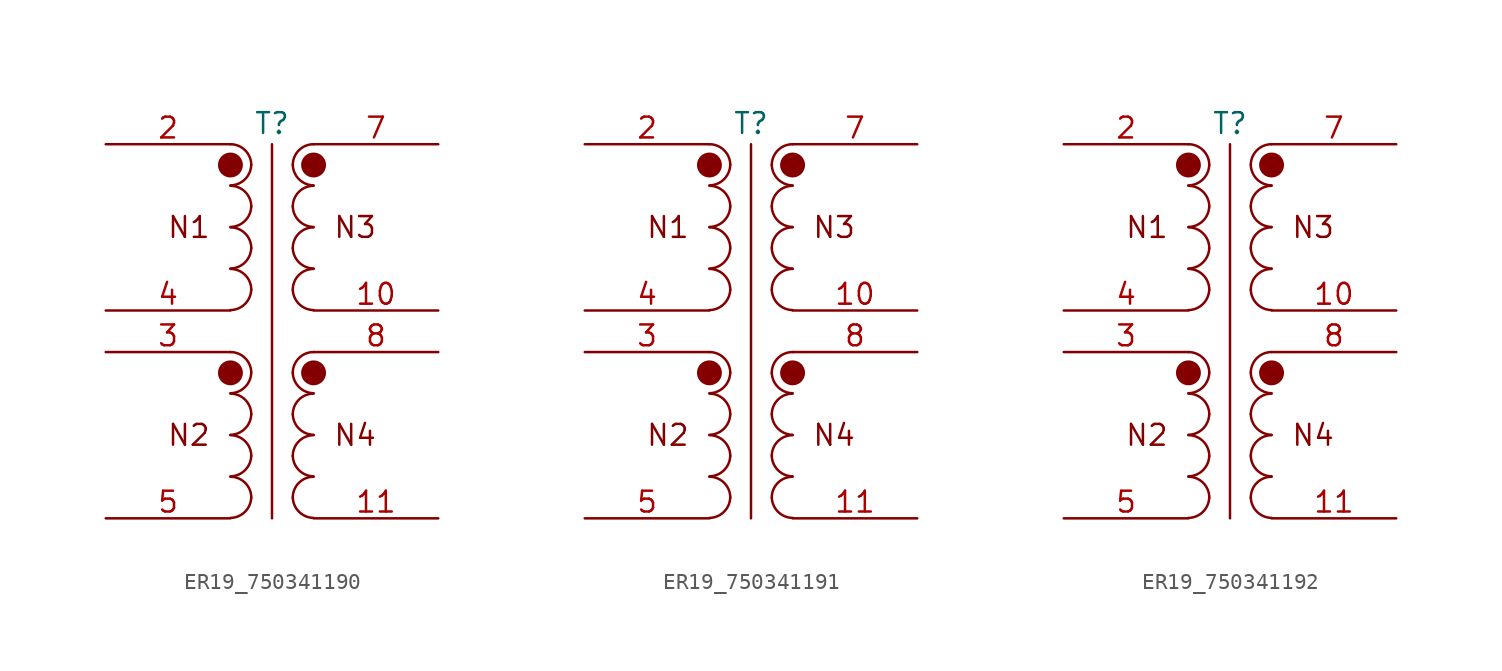
<source format=kicad_sym>
(kicad_symbol_lib
  (version 20220914)
  (generator kicad_symbol_editor)
  (symbol "ER19_750341190"
    (pin_names hide)
    (property "Reference" "T"
      (at 0 12.7 0)
      (effects (font (size 1.27 1.27))))
    (property "Critical Parameter" ""
      (at 0 -5.08 0)
      (effects (font (size 1.27 1.27))))
    (symbol "ER19_750341190_0_1"
      (arc (start -2.54 -11.4046) (mid -1.6561 -11.0363) (end -1.27 -10.16) (stroke (width 0) (type default)) (fill (type none)))
      (arc (start -2.54 -8.8646) (mid -1.6561 -8.4963) (end -1.27 -7.62) (stroke (width 0) (type default)) (fill (type none)))
      (arc (start -2.54 -6.3246) (mid -1.6561 -5.9563) (end -1.27 -5.08) (stroke (width 0) (type default)) (fill (type none)))
      (arc (start -2.54 -3.7846) (mid -1.6561 -3.4163) (end -1.27 -2.54) (stroke (width 0) (type default)) (fill (type none)))
      (arc (start -2.54 1.2954) (mid -1.6561 1.6637) (end -1.27 2.54) (stroke (width 0) (type default)) (fill (type none)))
      (arc (start -2.54 3.8354) (mid -1.6561 4.2037) (end -1.27 5.08) (stroke (width 0) (type default)) (fill (type none)))
      (arc (start -2.54 6.3754) (mid -1.6561 6.7437) (end -1.27 7.62) (stroke (width 0) (type default)) (fill (type none)))
      (arc (start -2.54 8.9154) (mid -1.6561 9.2837) (end -1.27 10.16) (stroke (width 0) (type default)) (fill (type none)))
      (arc (start -1.27 -10.16) (mid -1.642 -9.262) (end -2.54 -8.89) (stroke (width 0) (type default)) (fill (type none)))
      (arc (start -1.27 -7.62) (mid -1.642 -6.722) (end -2.54 -6.35) (stroke (width 0) (type default)) (fill (type none)))
      (arc (start -1.27 -5.08) (mid -1.642 -4.182) (end -2.54 -3.81) (stroke (width 0) (type default)) (fill (type none)))
      (arc (start -1.27 -2.54) (mid -1.642 -1.642) (end -2.54 -1.27) (stroke (width 0) (type default)) (fill (type none)))
      (arc (start -1.27 2.54) (mid -1.642 3.438) (end -2.54 3.81) (stroke (width 0) (type default)) (fill (type none)))
      (arc (start -1.27 5.08) (mid -1.642 5.978) (end -2.54 6.35) (stroke (width 0) (type default)) (fill (type none)))
      (arc (start -1.27 7.62) (mid -1.642 8.518) (end -2.54 8.89) (stroke (width 0) (type default)) (fill (type none)))
      (arc (start -1.27 10.16) (mid -1.642 11.058) (end -2.54 11.43) (stroke (width 0) (type default)) (fill (type none)))
      (polyline (pts (xy 0 -11.43) (xy 0 11.43)) (stroke (width 0) (type default)) (fill (type none)))
      (arc (start 1.27 -10.16) (mid 1.6561 -11.0363) (end 2.54 -11.4046) (stroke (width 0) (type default)) (fill (type none)))
      (arc (start 1.27 -7.62) (mid 1.6561 -8.4963) (end 2.54 -8.8646) (stroke (width 0) (type default)) (fill (type none)))
      (arc (start 1.27 -5.08) (mid 1.6561 -5.9563) (end 2.54 -6.3246) (stroke (width 0) (type default)) (fill (type none)))
      (arc (start 1.27 -2.54) (mid 1.6561 -3.4163) (end 2.54 -3.7846) (stroke (width 0) (type default)) (fill (type none)))
      (arc (start 1.27 2.54) (mid 1.6561 1.6637) (end 2.54 1.2954) (stroke (width 0) (type default)) (fill (type none)))
      (arc (start 1.27 5.08) (mid 1.6561 4.2037) (end 2.54 3.8354) (stroke (width 0) (type default)) (fill (type none)))
      (arc (start 1.27 7.62) (mid 1.6561 6.7437) (end 2.54 6.3754) (stroke (width 0) (type default)) (fill (type none)))
      (arc (start 1.27 10.16) (mid 1.6561 9.2837) (end 2.54 8.9154) (stroke (width 0) (type default)) (fill (type none)))
      (arc (start 2.54 -8.89) (mid 1.642 -9.262) (end 1.27 -10.16) (stroke (width 0) (type default)) (fill (type none)))
      (arc (start 2.54 -6.35) (mid 1.642 -6.722) (end 1.27 -7.62) (stroke (width 0) (type default)) (fill (type none)))
      (arc (start 2.54 -3.81) (mid 1.642 -4.182) (end 1.27 -5.08) (stroke (width 0) (type default)) (fill (type none)))
      (arc (start 2.54 -1.27) (mid 1.642 -1.642) (end 1.27 -2.54) (stroke (width 0) (type default)) (fill (type none)))
      (arc (start 2.54 3.81) (mid 1.642 3.438) (end 1.27 2.54) (stroke (width 0) (type default)) (fill (type none)))
      (arc (start 2.54 6.35) (mid 1.642 5.978) (end 1.27 5.08) (stroke (width 0) (type default)) (fill (type none)))
      (arc (start 2.54 8.89) (mid 1.642 8.518) (end 1.27 7.62) (stroke (width 0) (type default)) (fill (type none)))
      (arc (start 2.54 11.43) (mid 1.642 11.058) (end 1.27 10.16) (stroke (width 0) (type default)) (fill (type none))))
    (symbol "ER19_750341190_1_1"
      (circle (center -2.54 -2.54) (radius 0.0001) (stroke (width 0.762) (type default)) (fill (type none)))
      (circle (center -2.54 10.16) (radius 0.0001) (stroke (width 0.762) (type default)) (fill (type none)))
      (circle (center 2.54 -2.54) (radius 0.0001) (stroke (width 0.762) (type default)) (fill (type none)))
      (circle (center 2.54 10.16) (radius 0.0001) (stroke (width 0.762) (type default)) (fill (type none)))
      (text "N1" (at -5.08 6.35 0) (effects (font (size 1.27 1.27))))
      (text "N2" (at -5.08 -6.35 0) (effects (font (size 1.27 1.27))))
      (text "N3" (at 5.08 6.35 0) (effects (font (size 1.27 1.27))))
      (text "N4" (at 5.08 -6.35 0) (effects (font (size 1.27 1.27))))
      (pin passive line (at 10.16 1.27 180) (length 7.62) (name "10" (effects (font (size 1.27 1.27)))) (number "10" (effects (font (size 1.27 1.27)))))
      (pin passive line (at 10.16 -11.43 180) (length 7.62) (name "11" (effects (font (size 1.27 1.27)))) (number "11" (effects (font (size 1.27 1.27)))))
      (pin passive line (at -10.16 11.43 0) (length 7.62) (name "2" (effects (font (size 1.27 1.27)))) (number "2" (effects (font (size 1.27 1.27)))))
      (pin passive line (at -10.16 -1.27 0) (length 7.62) (name "3" (effects (font (size 1.27 1.27)))) (number "3" (effects (font (size 1.27 1.27)))))
      (pin passive line (at -10.16 1.27 0) (length 7.62) (name "4" (effects (font (size 1.27 1.27)))) (number "4" (effects (font (size 1.27 1.27)))))
      (pin passive line (at -10.16 -11.43 0) (length 7.62) (name "5" (effects (font (size 1.27 1.27)))) (number "5" (effects (font (size 1.27 1.27)))))
      (pin passive line (at 10.16 11.43 180) (length 7.62) (name "7" (effects (font (size 1.27 1.27)))) (number "7" (effects (font (size 1.27 1.27)))))
      (pin passive line (at 10.16 -1.27 180) (length 7.62) (name "8" (effects (font (size 1.27 1.27)))) (number "8" (effects (font (size 1.27 1.27)))))))
  (symbol "ER19_750341191"
    (pin_names hide)
    (property "Reference" "T"
      (at 0 12.7 0)
      (effects (font (size 1.27 1.27))))
    (property "Critical Parameter" ""
      (at 0 -5.08 0)
      (effects (font (size 1.27 1.27))))
    (symbol "ER19_750341191_0_1"
      (arc (start -2.54 -11.4046) (mid -1.6561 -11.0363) (end -1.27 -10.16) (stroke (width 0) (type default)) (fill (type none)))
      (arc (start -2.54 -8.8646) (mid -1.6561 -8.4963) (end -1.27 -7.62) (stroke (width 0) (type default)) (fill (type none)))
      (arc (start -2.54 -6.3246) (mid -1.6561 -5.9563) (end -1.27 -5.08) (stroke (width 0) (type default)) (fill (type none)))
      (arc (start -2.54 -3.7846) (mid -1.6561 -3.4163) (end -1.27 -2.54) (stroke (width 0) (type default)) (fill (type none)))
      (arc (start -2.54 1.2954) (mid -1.6561 1.6637) (end -1.27 2.54) (stroke (width 0) (type default)) (fill (type none)))
      (arc (start -2.54 3.8354) (mid -1.6561 4.2037) (end -1.27 5.08) (stroke (width 0) (type default)) (fill (type none)))
      (arc (start -2.54 6.3754) (mid -1.6561 6.7437) (end -1.27 7.62) (stroke (width 0) (type default)) (fill (type none)))
      (arc (start -2.54 8.9154) (mid -1.6561 9.2837) (end -1.27 10.16) (stroke (width 0) (type default)) (fill (type none)))
      (arc (start -1.27 -10.16) (mid -1.642 -9.262) (end -2.54 -8.89) (stroke (width 0) (type default)) (fill (type none)))
      (arc (start -1.27 -7.62) (mid -1.642 -6.722) (end -2.54 -6.35) (stroke (width 0) (type default)) (fill (type none)))
      (arc (start -1.27 -5.08) (mid -1.642 -4.182) (end -2.54 -3.81) (stroke (width 0) (type default)) (fill (type none)))
      (arc (start -1.27 -2.54) (mid -1.642 -1.642) (end -2.54 -1.27) (stroke (width 0) (type default)) (fill (type none)))
      (arc (start -1.27 2.54) (mid -1.642 3.438) (end -2.54 3.81) (stroke (width 0) (type default)) (fill (type none)))
      (arc (start -1.27 5.08) (mid -1.642 5.978) (end -2.54 6.35) (stroke (width 0) (type default)) (fill (type none)))
      (arc (start -1.27 7.62) (mid -1.642 8.518) (end -2.54 8.89) (stroke (width 0) (type default)) (fill (type none)))
      (arc (start -1.27 10.16) (mid -1.642 11.058) (end -2.54 11.43) (stroke (width 0) (type default)) (fill (type none)))
      (polyline (pts (xy 0 -11.43) (xy 0 11.43)) (stroke (width 0) (type default)) (fill (type none)))
      (arc (start 1.27 -10.16) (mid 1.6561 -11.0363) (end 2.54 -11.4046) (stroke (width 0) (type default)) (fill (type none)))
      (arc (start 1.27 -7.62) (mid 1.6561 -8.4963) (end 2.54 -8.8646) (stroke (width 0) (type default)) (fill (type none)))
      (arc (start 1.27 -5.08) (mid 1.6561 -5.9563) (end 2.54 -6.3246) (stroke (width 0) (type default)) (fill (type none)))
      (arc (start 1.27 -2.54) (mid 1.6561 -3.4163) (end 2.54 -3.7846) (stroke (width 0) (type default)) (fill (type none)))
      (arc (start 1.27 2.54) (mid 1.6561 1.6637) (end 2.54 1.2954) (stroke (width 0) (type default)) (fill (type none)))
      (arc (start 1.27 5.08) (mid 1.6561 4.2037) (end 2.54 3.8354) (stroke (width 0) (type default)) (fill (type none)))
      (arc (start 1.27 7.62) (mid 1.6561 6.7437) (end 2.54 6.3754) (stroke (width 0) (type default)) (fill (type none)))
      (arc (start 1.27 10.16) (mid 1.6561 9.2837) (end 2.54 8.9154) (stroke (width 0) (type default)) (fill (type none)))
      (arc (start 2.54 -8.89) (mid 1.642 -9.262) (end 1.27 -10.16) (stroke (width 0) (type default)) (fill (type none)))
      (arc (start 2.54 -6.35) (mid 1.642 -6.722) (end 1.27 -7.62) (stroke (width 0) (type default)) (fill (type none)))
      (arc (start 2.54 -3.81) (mid 1.642 -4.182) (end 1.27 -5.08) (stroke (width 0) (type default)) (fill (type none)))
      (arc (start 2.54 -1.27) (mid 1.642 -1.642) (end 1.27 -2.54) (stroke (width 0) (type default)) (fill (type none)))
      (arc (start 2.54 3.81) (mid 1.642 3.438) (end 1.27 2.54) (stroke (width 0) (type default)) (fill (type none)))
      (arc (start 2.54 6.35) (mid 1.642 5.978) (end 1.27 5.08) (stroke (width 0) (type default)) (fill (type none)))
      (arc (start 2.54 8.89) (mid 1.642 8.518) (end 1.27 7.62) (stroke (width 0) (type default)) (fill (type none)))
      (arc (start 2.54 11.43) (mid 1.642 11.058) (end 1.27 10.16) (stroke (width 0) (type default)) (fill (type none))))
    (symbol "ER19_750341191_1_1"
      (circle (center -2.54 -2.54) (radius 0.0001) (stroke (width 0.762) (type default)) (fill (type none)))
      (circle (center -2.54 10.16) (radius 0.0001) (stroke (width 0.762) (type default)) (fill (type none)))
      (circle (center 2.54 -2.54) (radius 0.0001) (stroke (width 0.762) (type default)) (fill (type none)))
      (circle (center 2.54 10.16) (radius 0.0001) (stroke (width 0.762) (type default)) (fill (type none)))
      (text "N1" (at -5.08 6.35 0) (effects (font (size 1.27 1.27))))
      (text "N2" (at -5.08 -6.35 0) (effects (font (size 1.27 1.27))))
      (text "N3" (at 5.08 6.35 0) (effects (font (size 1.27 1.27))))
      (text "N4" (at 5.08 -6.35 0) (effects (font (size 1.27 1.27))))
      (pin passive line (at 10.16 1.27 180) (length 7.62) (name "10" (effects (font (size 1.27 1.27)))) (number "10" (effects (font (size 1.27 1.27)))))
      (pin passive line (at 10.16 -11.43 180) (length 7.62) (name "11" (effects (font (size 1.27 1.27)))) (number "11" (effects (font (size 1.27 1.27)))))
      (pin passive line (at -10.16 11.43 0) (length 7.62) (name "2" (effects (font (size 1.27 1.27)))) (number "2" (effects (font (size 1.27 1.27)))))
      (pin passive line (at -10.16 -1.27 0) (length 7.62) (name "3" (effects (font (size 1.27 1.27)))) (number "3" (effects (font (size 1.27 1.27)))))
      (pin passive line (at -10.16 1.27 0) (length 7.62) (name "4" (effects (font (size 1.27 1.27)))) (number "4" (effects (font (size 1.27 1.27)))))
      (pin passive line (at -10.16 -11.43 0) (length 7.62) (name "5" (effects (font (size 1.27 1.27)))) (number "5" (effects (font (size 1.27 1.27)))))
      (pin passive line (at 10.16 11.43 180) (length 7.62) (name "7" (effects (font (size 1.27 1.27)))) (number "7" (effects (font (size 1.27 1.27)))))
      (pin passive line (at 10.16 -1.27 180) (length 7.62) (name "8" (effects (font (size 1.27 1.27)))) (number "8" (effects (font (size 1.27 1.27)))))))
  (symbol "ER19_750341192"
    (pin_names hide)
    (property "Reference" "T"
      (at 0 12.7 0)
      (effects (font (size 1.27 1.27))))
    (property "Critical Parameter" ""
      (at 0 -5.08 0)
      (effects (font (size 1.27 1.27))))
    (symbol "ER19_750341192_0_1"
      (arc (start -2.54 -11.4046) (mid -1.6561 -11.0363) (end -1.27 -10.16) (stroke (width 0) (type default)) (fill (type none)))
      (arc (start -2.54 -8.8646) (mid -1.6561 -8.4963) (end -1.27 -7.62) (stroke (width 0) (type default)) (fill (type none)))
      (arc (start -2.54 -6.3246) (mid -1.6561 -5.9563) (end -1.27 -5.08) (stroke (width 0) (type default)) (fill (type none)))
      (arc (start -2.54 -3.7846) (mid -1.6561 -3.4163) (end -1.27 -2.54) (stroke (width 0) (type default)) (fill (type none)))
      (arc (start -2.54 1.2954) (mid -1.6561 1.6637) (end -1.27 2.54) (stroke (width 0) (type default)) (fill (type none)))
      (arc (start -2.54 3.8354) (mid -1.6561 4.2037) (end -1.27 5.08) (stroke (width 0) (type default)) (fill (type none)))
      (arc (start -2.54 6.3754) (mid -1.6561 6.7437) (end -1.27 7.62) (stroke (width 0) (type default)) (fill (type none)))
      (arc (start -2.54 8.9154) (mid -1.6561 9.2837) (end -1.27 10.16) (stroke (width 0) (type default)) (fill (type none)))
      (arc (start -1.27 -10.16) (mid -1.642 -9.262) (end -2.54 -8.89) (stroke (width 0) (type default)) (fill (type none)))
      (arc (start -1.27 -7.62) (mid -1.642 -6.722) (end -2.54 -6.35) (stroke (width 0) (type default)) (fill (type none)))
      (arc (start -1.27 -5.08) (mid -1.642 -4.182) (end -2.54 -3.81) (stroke (width 0) (type default)) (fill (type none)))
      (arc (start -1.27 -2.54) (mid -1.642 -1.642) (end -2.54 -1.27) (stroke (width 0) (type default)) (fill (type none)))
      (arc (start -1.27 2.54) (mid -1.642 3.438) (end -2.54 3.81) (stroke (width 0) (type default)) (fill (type none)))
      (arc (start -1.27 5.08) (mid -1.642 5.978) (end -2.54 6.35) (stroke (width 0) (type default)) (fill (type none)))
      (arc (start -1.27 7.62) (mid -1.642 8.518) (end -2.54 8.89) (stroke (width 0) (type default)) (fill (type none)))
      (arc (start -1.27 10.16) (mid -1.642 11.058) (end -2.54 11.43) (stroke (width 0) (type default)) (fill (type none)))
      (polyline (pts (xy 0 -11.43) (xy 0 11.43)) (stroke (width 0) (type default)) (fill (type none)))
      (arc (start 1.27 -10.16) (mid 1.6561 -11.0363) (end 2.54 -11.4046) (stroke (width 0) (type default)) (fill (type none)))
      (arc (start 1.27 -7.62) (mid 1.6561 -8.4963) (end 2.54 -8.8646) (stroke (width 0) (type default)) (fill (type none)))
      (arc (start 1.27 -5.08) (mid 1.6561 -5.9563) (end 2.54 -6.3246) (stroke (width 0) (type default)) (fill (type none)))
      (arc (start 1.27 -2.54) (mid 1.6561 -3.4163) (end 2.54 -3.7846) (stroke (width 0) (type default)) (fill (type none)))
      (arc (start 1.27 2.54) (mid 1.6561 1.6637) (end 2.54 1.2954) (stroke (width 0) (type default)) (fill (type none)))
      (arc (start 1.27 5.08) (mid 1.6561 4.2037) (end 2.54 3.8354) (stroke (width 0) (type default)) (fill (type none)))
      (arc (start 1.27 7.62) (mid 1.6561 6.7437) (end 2.54 6.3754) (stroke (width 0) (type default)) (fill (type none)))
      (arc (start 1.27 10.16) (mid 1.6561 9.2837) (end 2.54 8.9154) (stroke (width 0) (type default)) (fill (type none)))
      (arc (start 2.54 -8.89) (mid 1.642 -9.262) (end 1.27 -10.16) (stroke (width 0) (type default)) (fill (type none)))
      (arc (start 2.54 -6.35) (mid 1.642 -6.722) (end 1.27 -7.62) (stroke (width 0) (type default)) (fill (type none)))
      (arc (start 2.54 -3.81) (mid 1.642 -4.182) (end 1.27 -5.08) (stroke (width 0) (type default)) (fill (type none)))
      (arc (start 2.54 -1.27) (mid 1.642 -1.642) (end 1.27 -2.54) (stroke (width 0) (type default)) (fill (type none)))
      (arc (start 2.54 3.81) (mid 1.642 3.438) (end 1.27 2.54) (stroke (width 0) (type default)) (fill (type none)))
      (arc (start 2.54 6.35) (mid 1.642 5.978) (end 1.27 5.08) (stroke (width 0) (type default)) (fill (type none)))
      (arc (start 2.54 8.89) (mid 1.642 8.518) (end 1.27 7.62) (stroke (width 0) (type default)) (fill (type none)))
      (arc (start 2.54 11.43) (mid 1.642 11.058) (end 1.27 10.16) (stroke (width 0) (type default)) (fill (type none))))
    (symbol "ER19_750341192_1_1"
      (circle (center -2.54 -2.54) (radius 0.0001) (stroke (width 0.762) (type default)) (fill (type none)))
      (circle (center -2.54 10.16) (radius 0.0001) (stroke (width 0.762) (type default)) (fill (type none)))
      (circle (center 2.54 -2.54) (radius 0.0001) (stroke (width 0.762) (type default)) (fill (type none)))
      (circle (center 2.54 10.16) (radius 0.0001) (stroke (width 0.762) (type default)) (fill (type none)))
      (text "N1" (at -5.08 6.35 0) (effects (font (size 1.27 1.27))))
      (text "N2" (at -5.08 -6.35 0) (effects (font (size 1.27 1.27))))
      (text "N3" (at 5.08 6.35 0) (effects (font (size 1.27 1.27))))
      (text "N4" (at 5.08 -6.35 0) (effects (font (size 1.27 1.27))))
      (pin passive line (at 10.16 1.27 180) (length 7.62) (name "10" (effects (font (size 1.27 1.27)))) (number "10" (effects (font (size 1.27 1.27)))))
      (pin passive line (at 10.16 -11.43 180) (length 7.62) (name "11" (effects (font (size 1.27 1.27)))) (number "11" (effects (font (size 1.27 1.27)))))
      (pin passive line (at -10.16 11.43 0) (length 7.62) (name "2" (effects (font (size 1.27 1.27)))) (number "2" (effects (font (size 1.27 1.27)))))
      (pin passive line (at -10.16 -1.27 0) (length 7.62) (name "3" (effects (font (size 1.27 1.27)))) (number "3" (effects (font (size 1.27 1.27)))))
      (pin passive line (at -10.16 1.27 0) (length 7.62) (name "4" (effects (font (size 1.27 1.27)))) (number "4" (effects (font (size 1.27 1.27)))))
      (pin passive line (at -10.16 -11.43 0) (length 7.62) (name "5" (effects (font (size 1.27 1.27)))) (number "5" (effects (font (size 1.27 1.27)))))
      (pin passive line (at 10.16 11.43 180) (length 7.62) (name "7" (effects (font (size 1.27 1.27)))) (number "7" (effects (font (size 1.27 1.27)))))
      (pin passive line (at 10.16 -1.27 180) (length 7.62) (name "8" (effects (font (size 1.27 1.27)))) (number "8" (effects (font (size 1.27 1.27))))))))
</source>
